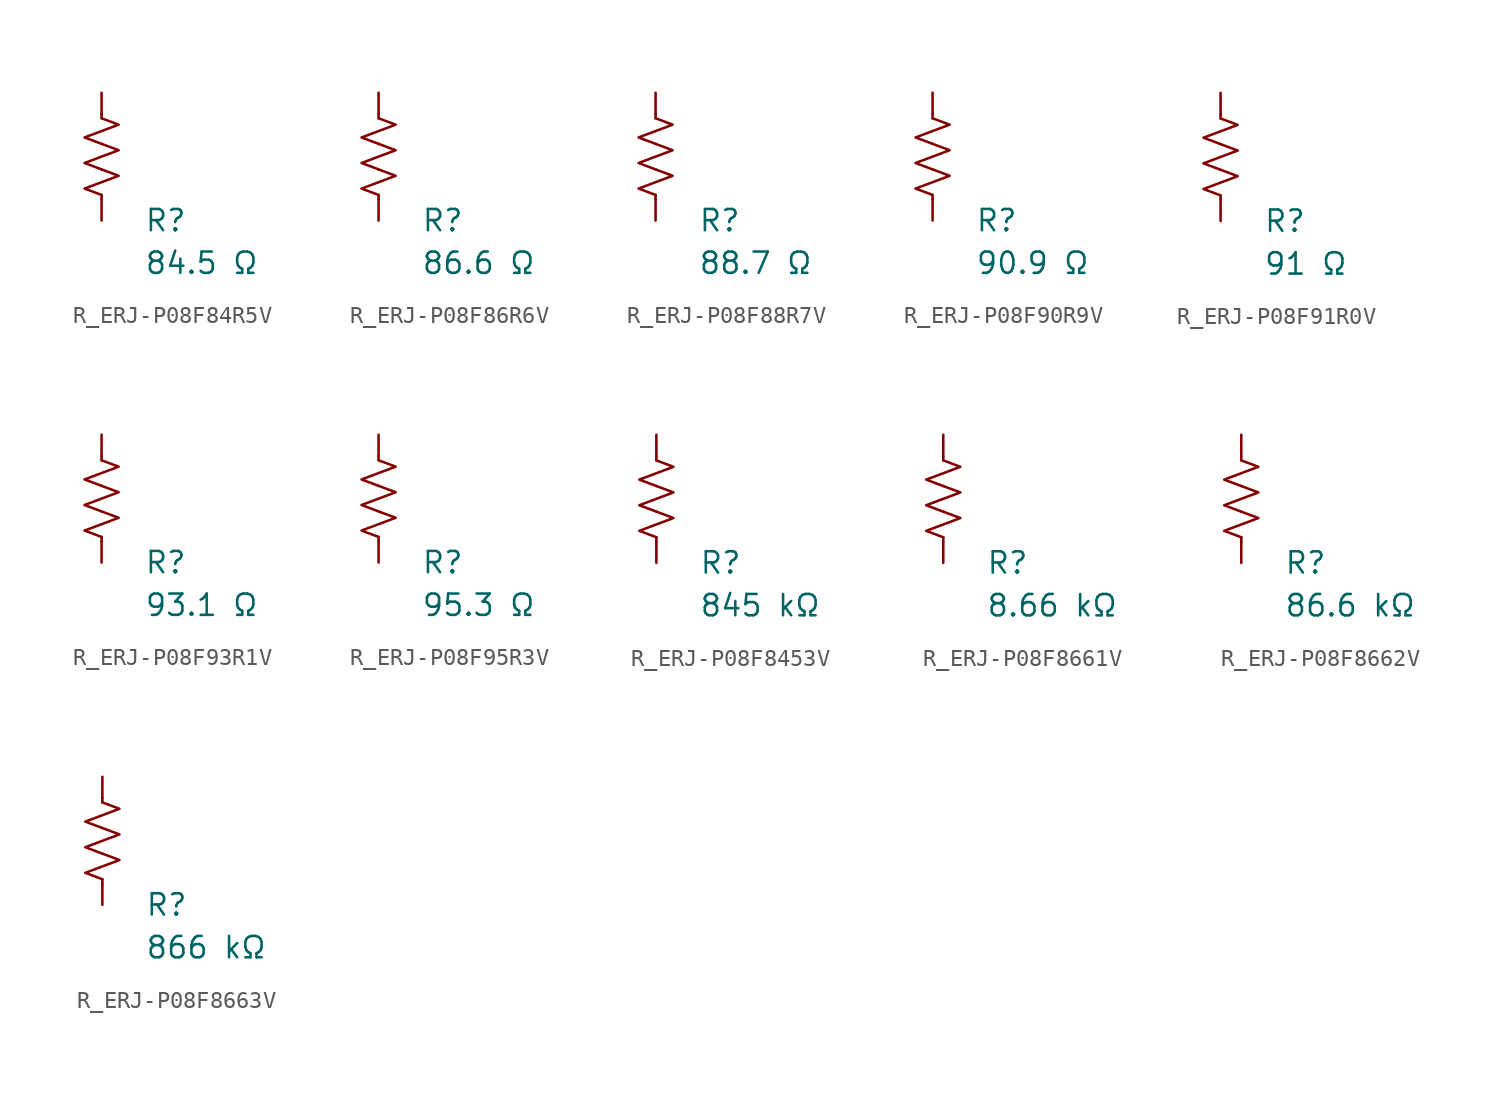
<source format=kicad_sym>
(kicad_symbol_lib
  (version 20231120)
  (generator "kicad_symbol_editor")
  (generator_version "8.0")
  (symbol "R_ERJ-P08F84R5V"
    (pin_numbers hide)
    (pin_names
      (offset 0))
    (property "Reference" "R"
      (at 2.54 -3.81 0)
      (effects (font (size 1.27 1.27)) (justify left))
      (show_name no))
    (property "Value" "84.5 Ω"
      (at 2.54 -6.35 0)
      (effects (font (size 1.27 1.27)) (justify left))
      (show_name no))
    (symbol "R_ERJ-P08F84R5V_0_1"
      (polyline (pts (xy 0 -2.286) (xy 0 -2.54)) (stroke (width 0) (type default)) (fill (type none)))
      (polyline (pts (xy 0 2.286) (xy 0 2.54)) (stroke (width 0) (type default)) (fill (type none)))
      (polyline (pts (xy 0 -0.762) (xy 1.016 -1.143) (xy 0 -1.524) (xy -1.016 -1.905) (xy 0 -2.286)) (stroke (width 0) (type default)) (fill (type none)))
      (polyline (pts (xy 0 0.762) (xy 1.016 0.381) (xy 0 0) (xy -1.016 -0.381) (xy 0 -0.762)) (stroke (width 0) (type default)) (fill (type none)))
      (polyline (pts (xy 0 2.286) (xy 1.016 1.905) (xy 0 1.524) (xy -1.016 1.143) (xy 0 0.762)) (stroke (width 0) (type default)) (fill (type none))))
    (symbol "R_ERJ-P08F84R5V_1_1"
      (pin passive line (at 0 3.81 270) (length 1.27) (name "~" (effects (font (size 1.27 1.27)))) (number "1" (effects (font (size 1.27 1.27)))))
      (pin passive line (at 0 -3.81 90) (length 1.27) (name "~" (effects (font (size 1.27 1.27)))) (number "2" (effects (font (size 1.27 1.27)))))))
  (symbol "R_ERJ-P08F86R6V"
    (pin_numbers hide)
    (pin_names
      (offset 0))
    (property "Reference" "R"
      (at 2.54 -3.81 0)
      (effects (font (size 1.27 1.27)) (justify left))
      (show_name no))
    (property "Value" "86.6 Ω"
      (at 2.54 -6.35 0)
      (effects (font (size 1.27 1.27)) (justify left))
      (show_name no))
    (symbol "R_ERJ-P08F86R6V_0_1"
      (polyline (pts (xy 0 -2.286) (xy 0 -2.54)) (stroke (width 0) (type default)) (fill (type none)))
      (polyline (pts (xy 0 2.286) (xy 0 2.54)) (stroke (width 0) (type default)) (fill (type none)))
      (polyline (pts (xy 0 -0.762) (xy 1.016 -1.143) (xy 0 -1.524) (xy -1.016 -1.905) (xy 0 -2.286)) (stroke (width 0) (type default)) (fill (type none)))
      (polyline (pts (xy 0 0.762) (xy 1.016 0.381) (xy 0 0) (xy -1.016 -0.381) (xy 0 -0.762)) (stroke (width 0) (type default)) (fill (type none)))
      (polyline (pts (xy 0 2.286) (xy 1.016 1.905) (xy 0 1.524) (xy -1.016 1.143) (xy 0 0.762)) (stroke (width 0) (type default)) (fill (type none))))
    (symbol "R_ERJ-P08F86R6V_1_1"
      (pin passive line (at 0 3.81 270) (length 1.27) (name "~" (effects (font (size 1.27 1.27)))) (number "1" (effects (font (size 1.27 1.27)))))
      (pin passive line (at 0 -3.81 90) (length 1.27) (name "~" (effects (font (size 1.27 1.27)))) (number "2" (effects (font (size 1.27 1.27)))))))
  (symbol "R_ERJ-P08F88R7V"
    (pin_numbers hide)
    (pin_names
      (offset 0))
    (property "Reference" "R"
      (at 2.54 -3.81 0)
      (effects (font (size 1.27 1.27)) (justify left))
      (show_name no))
    (property "Value" "88.7 Ω"
      (at 2.54 -6.35 0)
      (effects (font (size 1.27 1.27)) (justify left))
      (show_name no))
    (symbol "R_ERJ-P08F88R7V_0_1"
      (polyline (pts (xy 0 -2.286) (xy 0 -2.54)) (stroke (width 0) (type default)) (fill (type none)))
      (polyline (pts (xy 0 2.286) (xy 0 2.54)) (stroke (width 0) (type default)) (fill (type none)))
      (polyline (pts (xy 0 -0.762) (xy 1.016 -1.143) (xy 0 -1.524) (xy -1.016 -1.905) (xy 0 -2.286)) (stroke (width 0) (type default)) (fill (type none)))
      (polyline (pts (xy 0 0.762) (xy 1.016 0.381) (xy 0 0) (xy -1.016 -0.381) (xy 0 -0.762)) (stroke (width 0) (type default)) (fill (type none)))
      (polyline (pts (xy 0 2.286) (xy 1.016 1.905) (xy 0 1.524) (xy -1.016 1.143) (xy 0 0.762)) (stroke (width 0) (type default)) (fill (type none))))
    (symbol "R_ERJ-P08F88R7V_1_1"
      (pin passive line (at 0 3.81 270) (length 1.27) (name "~" (effects (font (size 1.27 1.27)))) (number "1" (effects (font (size 1.27 1.27)))))
      (pin passive line (at 0 -3.81 90) (length 1.27) (name "~" (effects (font (size 1.27 1.27)))) (number "2" (effects (font (size 1.27 1.27)))))))
  (symbol "R_ERJ-P08F90R9V"
    (pin_numbers hide)
    (pin_names
      (offset 0))
    (property "Reference" "R"
      (at 2.54 -3.81 0)
      (effects (font (size 1.27 1.27)) (justify left))
      (show_name no))
    (property "Value" "90.9 Ω"
      (at 2.54 -6.35 0)
      (effects (font (size 1.27 1.27)) (justify left))
      (show_name no))
    (symbol "R_ERJ-P08F90R9V_0_1"
      (polyline (pts (xy 0 -2.286) (xy 0 -2.54)) (stroke (width 0) (type default)) (fill (type none)))
      (polyline (pts (xy 0 2.286) (xy 0 2.54)) (stroke (width 0) (type default)) (fill (type none)))
      (polyline (pts (xy 0 -0.762) (xy 1.016 -1.143) (xy 0 -1.524) (xy -1.016 -1.905) (xy 0 -2.286)) (stroke (width 0) (type default)) (fill (type none)))
      (polyline (pts (xy 0 0.762) (xy 1.016 0.381) (xy 0 0) (xy -1.016 -0.381) (xy 0 -0.762)) (stroke (width 0) (type default)) (fill (type none)))
      (polyline (pts (xy 0 2.286) (xy 1.016 1.905) (xy 0 1.524) (xy -1.016 1.143) (xy 0 0.762)) (stroke (width 0) (type default)) (fill (type none))))
    (symbol "R_ERJ-P08F90R9V_1_1"
      (pin passive line (at 0 3.81 270) (length 1.27) (name "~" (effects (font (size 1.27 1.27)))) (number "1" (effects (font (size 1.27 1.27)))))
      (pin passive line (at 0 -3.81 90) (length 1.27) (name "~" (effects (font (size 1.27 1.27)))) (number "2" (effects (font (size 1.27 1.27)))))))
  (symbol "R_ERJ-P08F91R0V"
    (pin_numbers hide)
    (pin_names
      (offset 0))
    (property "Reference" "R"
      (at 2.54 -3.81 0)
      (effects (font (size 1.27 1.27)) (justify left))
      (show_name no))
    (property "Value" "91 Ω"
      (at 2.54 -6.35 0)
      (effects (font (size 1.27 1.27)) (justify left))
      (show_name no))
    (symbol "R_ERJ-P08F91R0V_0_1"
      (polyline (pts (xy 0 -2.286) (xy 0 -2.54)) (stroke (width 0) (type default)) (fill (type none)))
      (polyline (pts (xy 0 2.286) (xy 0 2.54)) (stroke (width 0) (type default)) (fill (type none)))
      (polyline (pts (xy 0 -0.762) (xy 1.016 -1.143) (xy 0 -1.524) (xy -1.016 -1.905) (xy 0 -2.286)) (stroke (width 0) (type default)) (fill (type none)))
      (polyline (pts (xy 0 0.762) (xy 1.016 0.381) (xy 0 0) (xy -1.016 -0.381) (xy 0 -0.762)) (stroke (width 0) (type default)) (fill (type none)))
      (polyline (pts (xy 0 2.286) (xy 1.016 1.905) (xy 0 1.524) (xy -1.016 1.143) (xy 0 0.762)) (stroke (width 0) (type default)) (fill (type none))))
    (symbol "R_ERJ-P08F91R0V_1_1"
      (pin passive line (at 0 3.81 270) (length 1.27) (name "~" (effects (font (size 1.27 1.27)))) (number "1" (effects (font (size 1.27 1.27)))))
      (pin passive line (at 0 -3.81 90) (length 1.27) (name "~" (effects (font (size 1.27 1.27)))) (number "2" (effects (font (size 1.27 1.27)))))))
  (symbol "R_ERJ-P08F93R1V"
    (pin_numbers hide)
    (pin_names
      (offset 0))
    (property "Reference" "R"
      (at 2.54 -3.81 0)
      (effects (font (size 1.27 1.27)) (justify left))
      (show_name no))
    (property "Value" "93.1 Ω"
      (at 2.54 -6.35 0)
      (effects (font (size 1.27 1.27)) (justify left))
      (show_name no))
    (symbol "R_ERJ-P08F93R1V_0_1"
      (polyline (pts (xy 0 -2.286) (xy 0 -2.54)) (stroke (width 0) (type default)) (fill (type none)))
      (polyline (pts (xy 0 2.286) (xy 0 2.54)) (stroke (width 0) (type default)) (fill (type none)))
      (polyline (pts (xy 0 -0.762) (xy 1.016 -1.143) (xy 0 -1.524) (xy -1.016 -1.905) (xy 0 -2.286)) (stroke (width 0) (type default)) (fill (type none)))
      (polyline (pts (xy 0 0.762) (xy 1.016 0.381) (xy 0 0) (xy -1.016 -0.381) (xy 0 -0.762)) (stroke (width 0) (type default)) (fill (type none)))
      (polyline (pts (xy 0 2.286) (xy 1.016 1.905) (xy 0 1.524) (xy -1.016 1.143) (xy 0 0.762)) (stroke (width 0) (type default)) (fill (type none))))
    (symbol "R_ERJ-P08F93R1V_1_1"
      (pin passive line (at 0 3.81 270) (length 1.27) (name "~" (effects (font (size 1.27 1.27)))) (number "1" (effects (font (size 1.27 1.27)))))
      (pin passive line (at 0 -3.81 90) (length 1.27) (name "~" (effects (font (size 1.27 1.27)))) (number "2" (effects (font (size 1.27 1.27)))))))
  (symbol "R_ERJ-P08F95R3V"
    (pin_numbers hide)
    (pin_names
      (offset 0))
    (property "Reference" "R"
      (at 2.54 -3.81 0)
      (effects (font (size 1.27 1.27)) (justify left))
      (show_name no))
    (property "Value" "95.3 Ω"
      (at 2.54 -6.35 0)
      (effects (font (size 1.27 1.27)) (justify left))
      (show_name no))
    (symbol "R_ERJ-P08F95R3V_0_1"
      (polyline (pts (xy 0 -2.286) (xy 0 -2.54)) (stroke (width 0) (type default)) (fill (type none)))
      (polyline (pts (xy 0 2.286) (xy 0 2.54)) (stroke (width 0) (type default)) (fill (type none)))
      (polyline (pts (xy 0 -0.762) (xy 1.016 -1.143) (xy 0 -1.524) (xy -1.016 -1.905) (xy 0 -2.286)) (stroke (width 0) (type default)) (fill (type none)))
      (polyline (pts (xy 0 0.762) (xy 1.016 0.381) (xy 0 0) (xy -1.016 -0.381) (xy 0 -0.762)) (stroke (width 0) (type default)) (fill (type none)))
      (polyline (pts (xy 0 2.286) (xy 1.016 1.905) (xy 0 1.524) (xy -1.016 1.143) (xy 0 0.762)) (stroke (width 0) (type default)) (fill (type none))))
    (symbol "R_ERJ-P08F95R3V_1_1"
      (pin passive line (at 0 3.81 270) (length 1.27) (name "~" (effects (font (size 1.27 1.27)))) (number "1" (effects (font (size 1.27 1.27)))))
      (pin passive line (at 0 -3.81 90) (length 1.27) (name "~" (effects (font (size 1.27 1.27)))) (number "2" (effects (font (size 1.27 1.27)))))))
  (symbol "R_ERJ-P08F8453V"
    (pin_numbers hide)
    (pin_names
      (offset 0))
    (property "Reference" "R"
      (at 2.54 -3.81 0)
      (effects (font (size 1.27 1.27)) (justify left))
      (show_name no))
    (property "Value" "845 kΩ"
      (at 2.54 -6.35 0)
      (effects (font (size 1.27 1.27)) (justify left))
      (show_name no))
    (symbol "R_ERJ-P08F8453V_0_1"
      (polyline (pts (xy 0 -2.286) (xy 0 -2.54)) (stroke (width 0) (type default)) (fill (type none)))
      (polyline (pts (xy 0 2.286) (xy 0 2.54)) (stroke (width 0) (type default)) (fill (type none)))
      (polyline (pts (xy 0 -0.762) (xy 1.016 -1.143) (xy 0 -1.524) (xy -1.016 -1.905) (xy 0 -2.286)) (stroke (width 0) (type default)) (fill (type none)))
      (polyline (pts (xy 0 0.762) (xy 1.016 0.381) (xy 0 0) (xy -1.016 -0.381) (xy 0 -0.762)) (stroke (width 0) (type default)) (fill (type none)))
      (polyline (pts (xy 0 2.286) (xy 1.016 1.905) (xy 0 1.524) (xy -1.016 1.143) (xy 0 0.762)) (stroke (width 0) (type default)) (fill (type none))))
    (symbol "R_ERJ-P08F8453V_1_1"
      (pin passive line (at 0 3.81 270) (length 1.27) (name "~" (effects (font (size 1.27 1.27)))) (number "1" (effects (font (size 1.27 1.27)))))
      (pin passive line (at 0 -3.81 90) (length 1.27) (name "~" (effects (font (size 1.27 1.27)))) (number "2" (effects (font (size 1.27 1.27)))))))
  (symbol "R_ERJ-P08F8661V"
    (pin_numbers hide)
    (pin_names
      (offset 0))
    (property "Reference" "R"
      (at 2.54 -3.81 0)
      (effects (font (size 1.27 1.27)) (justify left))
      (show_name no))
    (property "Value" "8.66 kΩ"
      (at 2.54 -6.35 0)
      (effects (font (size 1.27 1.27)) (justify left))
      (show_name no))
    (symbol "R_ERJ-P08F8661V_0_1"
      (polyline (pts (xy 0 -2.286) (xy 0 -2.54)) (stroke (width 0) (type default)) (fill (type none)))
      (polyline (pts (xy 0 2.286) (xy 0 2.54)) (stroke (width 0) (type default)) (fill (type none)))
      (polyline (pts (xy 0 -0.762) (xy 1.016 -1.143) (xy 0 -1.524) (xy -1.016 -1.905) (xy 0 -2.286)) (stroke (width 0) (type default)) (fill (type none)))
      (polyline (pts (xy 0 0.762) (xy 1.016 0.381) (xy 0 0) (xy -1.016 -0.381) (xy 0 -0.762)) (stroke (width 0) (type default)) (fill (type none)))
      (polyline (pts (xy 0 2.286) (xy 1.016 1.905) (xy 0 1.524) (xy -1.016 1.143) (xy 0 0.762)) (stroke (width 0) (type default)) (fill (type none))))
    (symbol "R_ERJ-P08F8661V_1_1"
      (pin passive line (at 0 3.81 270) (length 1.27) (name "~" (effects (font (size 1.27 1.27)))) (number "1" (effects (font (size 1.27 1.27)))))
      (pin passive line (at 0 -3.81 90) (length 1.27) (name "~" (effects (font (size 1.27 1.27)))) (number "2" (effects (font (size 1.27 1.27)))))))
  (symbol "R_ERJ-P08F8662V"
    (pin_numbers hide)
    (pin_names
      (offset 0))
    (property "Reference" "R"
      (at 2.54 -3.81 0)
      (effects (font (size 1.27 1.27)) (justify left))
      (show_name no))
    (property "Value" "86.6 kΩ"
      (at 2.54 -6.35 0)
      (effects (font (size 1.27 1.27)) (justify left))
      (show_name no))
    (symbol "R_ERJ-P08F8662V_0_1"
      (polyline (pts (xy 0 -2.286) (xy 0 -2.54)) (stroke (width 0) (type default)) (fill (type none)))
      (polyline (pts (xy 0 2.286) (xy 0 2.54)) (stroke (width 0) (type default)) (fill (type none)))
      (polyline (pts (xy 0 -0.762) (xy 1.016 -1.143) (xy 0 -1.524) (xy -1.016 -1.905) (xy 0 -2.286)) (stroke (width 0) (type default)) (fill (type none)))
      (polyline (pts (xy 0 0.762) (xy 1.016 0.381) (xy 0 0) (xy -1.016 -0.381) (xy 0 -0.762)) (stroke (width 0) (type default)) (fill (type none)))
      (polyline (pts (xy 0 2.286) (xy 1.016 1.905) (xy 0 1.524) (xy -1.016 1.143) (xy 0 0.762)) (stroke (width 0) (type default)) (fill (type none))))
    (symbol "R_ERJ-P08F8662V_1_1"
      (pin passive line (at 0 3.81 270) (length 1.27) (name "~" (effects (font (size 1.27 1.27)))) (number "1" (effects (font (size 1.27 1.27)))))
      (pin passive line (at 0 -3.81 90) (length 1.27) (name "~" (effects (font (size 1.27 1.27)))) (number "2" (effects (font (size 1.27 1.27)))))))
  (symbol "R_ERJ-P08F8663V"
    (pin_numbers hide)
    (pin_names
      (offset 0))
    (property "Reference" "R"
      (at 2.54 -3.81 0)
      (effects (font (size 1.27 1.27)) (justify left))
      (show_name no))
    (property "Value" "866 kΩ"
      (at 2.54 -6.35 0)
      (effects (font (size 1.27 1.27)) (justify left))
      (show_name no))
    (symbol "R_ERJ-P08F8663V_0_1"
      (polyline (pts (xy 0 -2.286) (xy 0 -2.54)) (stroke (width 0) (type default)) (fill (type none)))
      (polyline (pts (xy 0 2.286) (xy 0 2.54)) (stroke (width 0) (type default)) (fill (type none)))
      (polyline (pts (xy 0 -0.762) (xy 1.016 -1.143) (xy 0 -1.524) (xy -1.016 -1.905) (xy 0 -2.286)) (stroke (width 0) (type default)) (fill (type none)))
      (polyline (pts (xy 0 0.762) (xy 1.016 0.381) (xy 0 0) (xy -1.016 -0.381) (xy 0 -0.762)) (stroke (width 0) (type default)) (fill (type none)))
      (polyline (pts (xy 0 2.286) (xy 1.016 1.905) (xy 0 1.524) (xy -1.016 1.143) (xy 0 0.762)) (stroke (width 0) (type default)) (fill (type none))))
    (symbol "R_ERJ-P08F8663V_1_1"
      (pin passive line (at 0 3.81 270) (length 1.27) (name "~" (effects (font (size 1.27 1.27)))) (number "1" (effects (font (size 1.27 1.27)))))
      (pin passive line (at 0 -3.81 90) (length 1.27) (name "~" (effects (font (size 1.27 1.27)))) (number "2" (effects (font (size 1.27 1.27))))))))
</source>
